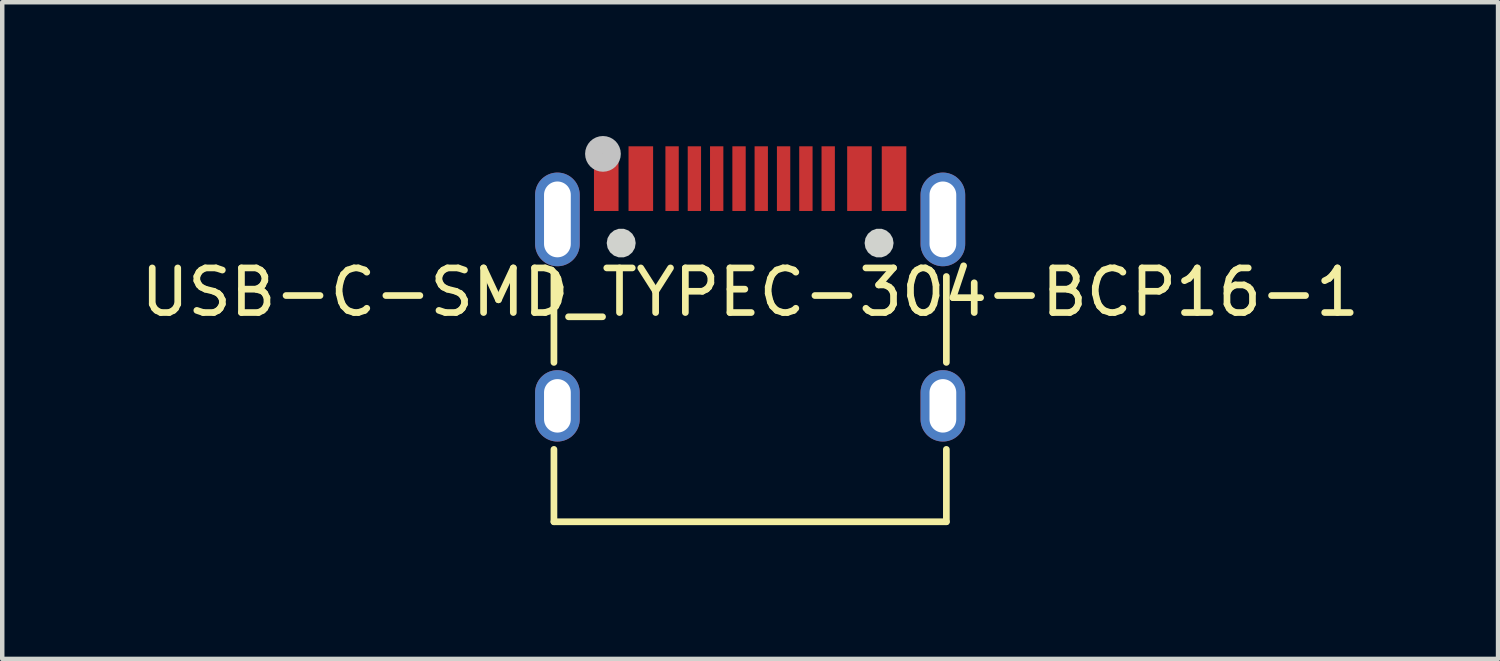
<source format=kicad_pcb>
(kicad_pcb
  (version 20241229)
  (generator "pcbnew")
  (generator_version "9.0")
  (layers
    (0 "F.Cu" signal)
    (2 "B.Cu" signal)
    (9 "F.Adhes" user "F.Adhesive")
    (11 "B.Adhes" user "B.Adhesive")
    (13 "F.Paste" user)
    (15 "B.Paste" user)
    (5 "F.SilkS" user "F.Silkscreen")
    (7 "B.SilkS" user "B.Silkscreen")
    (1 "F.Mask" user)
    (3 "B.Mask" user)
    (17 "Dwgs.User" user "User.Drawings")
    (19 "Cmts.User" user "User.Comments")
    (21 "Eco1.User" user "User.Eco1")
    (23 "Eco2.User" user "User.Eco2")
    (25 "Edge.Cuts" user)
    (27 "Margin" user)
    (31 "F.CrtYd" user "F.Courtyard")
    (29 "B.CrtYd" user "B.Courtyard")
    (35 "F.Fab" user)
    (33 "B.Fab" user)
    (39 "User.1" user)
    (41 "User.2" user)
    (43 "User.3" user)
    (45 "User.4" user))
  (footprint "USB-C-SMD_TYPEC-304-BCP16-1"
    (layer "F.Cu")
    (at 13.768 3.502)
    (property "Reference" "USB-C-SMD_TYPEC-304-BCP16-1" (at 0 0 0) (layer "F.SilkS") (effects (font (size 1 1) (thickness 0.15))))
    (fp_line (start -4.399 -0.409) (end -4.399 1.573) (stroke (width 0.15) (type default)) (layer "F.SilkS"))
    (fp_line (start -4.399 3.523) (end -4.399 5.146) (stroke (width 0.15) (type default)) (layer "F.SilkS"))
    (fp_line (start -4.399 5.146) (end 4.399 5.146) (stroke (width 0.15) (type default)) (layer "F.SilkS"))
    (fp_line (start 4.399 1.573) (end 4.399 -0.353) (stroke (width 0.15) (type default)) (layer "F.SilkS"))
    (fp_line (start 4.399 5.146) (end 4.399 3.523) (stroke (width 0.15) (type default)) (layer "F.SilkS"))
    (fp_poly (pts (xy -3.526 -3.272) (xy -2.926 -3.272) (xy -2.926 -1.821) (xy -3.526 -1.821)) (stroke (width 0) (type default)) (fill yes) (layer "F.Paste"))
    (fp_poly (pts (xy -2.751 -3.272) (xy -2.149 -3.272) (xy -2.149 -1.821) (xy -2.751 -1.821)) (stroke (width 0) (type default)) (fill yes) (layer "F.Paste"))
    (fp_poly (pts (xy -1.9 -3.272) (xy -1.6 -3.272) (xy -1.6 -1.821) (xy -1.9 -1.821)) (stroke (width 0) (type default)) (fill yes) (layer "F.Paste"))
    (fp_poly (pts (xy -1.399 -3.272) (xy -1.1 -3.272) (xy -1.1 -1.821) (xy -1.399 -1.821)) (stroke (width 0) (type default)) (fill yes) (layer "F.Paste"))
    (fp_poly (pts (xy -0.899 -3.272) (xy -0.6 -3.272) (xy -0.6 -1.821) (xy -0.899 -1.821)) (stroke (width 0) (type default)) (fill yes) (layer "F.Paste"))
    (fp_poly (pts (xy -0.399 -3.272) (xy -0.099 -3.272) (xy -0.099 -1.821) (xy -0.399 -1.821)) (stroke (width 0) (type default)) (fill yes) (layer "F.Paste"))
    (fp_poly (pts (xy 0.099 -3.272) (xy 0.399 -3.272) (xy 0.399 -1.821) (xy 0.099 -1.821)) (stroke (width 0) (type default)) (fill yes) (layer "F.Paste"))
    (fp_poly (pts (xy 0.6 -3.272) (xy 0.899 -3.272) (xy 0.899 -1.821) (xy 0.6 -1.821)) (stroke (width 0) (type default)) (fill yes) (layer "F.Paste"))
    (fp_poly (pts (xy 1.1 -3.272) (xy 1.399 -3.272) (xy 1.399 -1.821) (xy 1.1 -1.821)) (stroke (width 0) (type default)) (fill yes) (layer "F.Paste"))
    (fp_poly (pts (xy 1.6 -3.272) (xy 1.9 -3.272) (xy 1.9 -1.821) (xy 1.6 -1.821)) (stroke (width 0) (type default)) (fill yes) (layer "F.Paste"))
    (fp_poly (pts (xy 2.149 -3.272) (xy 2.751 -3.272) (xy 2.751 -1.821) (xy 2.149 -1.821)) (stroke (width 0) (type default)) (fill yes) (layer "F.Paste"))
    (fp_poly (pts (xy 2.926 -3.272) (xy 3.526 -3.272) (xy 3.526 -1.821) (xy 2.926 -1.821)) (stroke (width 0) (type default)) (fill yes) (layer "F.Paste"))
    (fp_poly (pts (arc (start -4.821 -2.182) (mid -4.3205 -2.6825) (end -3.82 -2.182)) (arc (start -3.82 -1.082) (mid -4.3205 -0.5815) (end -4.821 -1.082))) (stroke (width 0) (type default)) (fill yes) (layer "F.Paste"))
    (fp_poly (pts (arc (start -4.821 2.248) (mid -4.3205 1.7475) (end -3.82 2.248)) (arc (start -3.82 2.8475) (mid -4.3205 3.348) (end -4.821 2.8475))) (stroke (width 0) (type default)) (fill yes) (layer "F.Paste"))
    (fp_poly (pts (arc (start 3.82 -2.182) (mid 4.3205 -2.6825) (end 4.821 -2.182)) (arc (start 4.821 -1.082) (mid 4.3205 -0.5815) (end 3.82 -1.082))) (stroke (width 0) (type default)) (fill yes) (layer "F.Paste"))
    (fp_poly (pts (arc (start 3.82 2.248) (mid 4.3205 1.7475) (end 4.821 2.248)) (arc (start 4.821 2.8475) (mid 4.3205 3.348) (end 3.82 2.8475))) (stroke (width 0) (type default)) (fill yes) (layer "F.Paste"))
    (fp_circle (center -3.3 -3.102) (end -3.099 -3.102) (stroke (width 0.399) (type default)) (fill no) (layer "Dwgs.User"))
    (fp_poly (pts (xy -2.566 -1.103) (xy -2.585 -1.214) (xy -2.642 -1.311) (xy -2.728 -1.384) (xy -2.834 -1.423) (xy -2.947 -1.423) (xy -3.053 -1.384) (xy -3.139 -1.311) (xy -3.196 -1.214) (xy -3.216 -1.103) (xy -3.196 -0.991) (xy -3.139 -0.894) (xy -3.053 -0.821) (xy -2.947 -0.782) (xy -2.834 -0.782) (xy -2.728 -0.821) (xy -2.642 -0.894) (xy -2.585 -0.991)) (stroke (width 0) (type default)) (fill yes) (layer "Edge.Cuts"))
    (fp_poly (pts (xy 3.216 -1.103) (xy 3.196 -1.214) (xy 3.139 -1.311) (xy 3.053 -1.384) (xy 2.947 -1.423) (xy 2.834 -1.423) (xy 2.728 -1.384) (xy 2.642 -1.311) (xy 2.585 -1.214) (xy 2.566 -1.103) (xy 2.585 -0.991) (xy 2.642 -0.894) (xy 2.728 -0.821) (xy 2.834 -0.782) (xy 2.947 -0.782) (xy 3.053 -0.821) (xy 3.139 -0.894) (xy 3.196 -0.991)) (stroke (width 0) (type default)) (fill yes) (layer "Edge.Cuts"))
    (fp_poly (pts (xy -4.471 -2.156) (xy -4.17 -2.156) (xy -4.17 -1.107) (xy -4.471 -1.107)) (stroke (width 0.1) (type default)) (fill no) (layer "User.1"))
    (fp_poly (pts (xy -4.471 2.147) (xy -4.17 2.147) (xy -4.17 2.946) (xy -4.471 2.946)) (stroke (width 0.1) (type default)) (fill no) (layer "User.1"))
    (fp_poly (pts (xy -3.424 -2.753) (xy -3.025 -2.753) (xy -3.025 -1.854) (xy -3.424 -1.854)) (stroke (width 0.1) (type default)) (fill no) (layer "User.1"))
    (fp_poly (pts (xy -2.649 -2.753) (xy -2.251 -2.753) (xy -2.251 -1.854) (xy -2.649 -1.854)) (stroke (width 0.1) (type default)) (fill no) (layer "User.1"))
    (fp_poly (pts (xy -1.849 -2.753) (xy -1.651 -2.753) (xy -1.651 -1.854) (xy -1.849 -1.854)) (stroke (width 0.1) (type default)) (fill no) (layer "User.1"))
    (fp_poly (pts (xy -1.349 -2.753) (xy -1.151 -2.753) (xy -1.151 -1.854) (xy -1.349 -1.854)) (stroke (width 0.1) (type default)) (fill no) (layer "User.1"))
    (fp_poly (pts (xy -0.851 -2.753) (xy -0.65 -2.753) (xy -0.65 -1.854) (xy -0.851 -1.854)) (stroke (width 0.1) (type default)) (fill no) (layer "User.1"))
    (fp_poly (pts (xy -0.35 -2.753) (xy -0.15 -2.753) (xy -0.15 -1.854) (xy -0.35 -1.854)) (stroke (width 0.1) (type default)) (fill no) (layer "User.1"))
    (fp_poly (pts (xy 0.15 -2.753) (xy 0.35 -2.753) (xy 0.35 -1.854) (xy 0.15 -1.854)) (stroke (width 0.1) (type default)) (fill no) (layer "User.1"))
    (fp_poly (pts (xy 0.65 -2.753) (xy 0.851 -2.753) (xy 0.851 -1.854) (xy 0.65 -1.854)) (stroke (width 0.1) (type default)) (fill no) (layer "User.1"))
    (fp_poly (pts (xy 1.151 -2.753) (xy 1.349 -2.753) (xy 1.349 -1.854) (xy 1.151 -1.854)) (stroke (width 0.1) (type default)) (fill no) (layer "User.1"))
    (fp_poly (pts (xy 1.651 -2.753) (xy 1.849 -2.753) (xy 1.849 -1.854) (xy 1.651 -1.854)) (stroke (width 0.1) (type default)) (fill no) (layer "User.1"))
    (fp_poly (pts (xy 2.251 -2.753) (xy 2.649 -2.753) (xy 2.649 -1.854) (xy 2.251 -1.854)) (stroke (width 0.1) (type default)) (fill no) (layer "User.1"))
    (fp_poly (pts (xy 3.025 -2.753) (xy 3.424 -2.753) (xy 3.424 -1.854) (xy 3.025 -1.854)) (stroke (width 0.1) (type default)) (fill no) (layer "User.1"))
    (fp_poly (pts (xy 4.17 -2.156) (xy 4.471 -2.156) (xy 4.471 -1.107) (xy 4.17 -1.107)) (stroke (width 0.1) (type default)) (fill no) (layer "User.1"))
    (fp_poly (pts (xy 4.17 2.147) (xy 4.471 2.147) (xy 4.471 2.946) (xy 4.17 2.946)) (stroke (width 0.1) (type default)) (fill no) (layer "User.1"))
    (fp_line (start -4.45 -2.154) (end 4.45 -2.154) (stroke (width 0.051) (type default)) (layer "User.2"))
    (fp_line (start -4.45 5.146) (end -4.45 -2.154) (stroke (width 0.051) (type default)) (layer "User.2"))
    (fp_line (start 4.45 -2.154) (end 4.45 5.146) (stroke (width 0.051) (type default)) (layer "User.2"))
    (fp_line (start 4.45 5.146) (end -4.45 5.146) (stroke (width 0.051) (type default)) (layer "User.2"))
    (fp_poly (pts (xy -4.41 -2.753) (xy -4.427 -2.797) (xy -4.471 -2.814) (xy -4.514 -2.797) (xy -4.532 -2.753) (xy -4.514 -2.71) (xy -4.471 -2.692) (xy -4.427 -2.71)) (stroke (width 0.1) (type default)) (fill no) (layer "User.3"))
    (pad "12" thru_hole oval (at -4.321 -1.633) (size 1.001 2.1) (drill oval 0.6 1.7) (layers "*.Cu" "*.Mask"))
    (pad "13" thru_hole oval (at 4.321 -1.633) (size 1.001 2.1) (drill oval 0.6 1.7) (layers "*.Cu" "*.Mask"))
    (pad "14" thru_hole oval (at -4.321 2.547) (size 1.001 1.6) (drill oval 0.6 1.199) (layers "*.Cu" "*.Mask"))
    (pad "15" thru_hole oval (at 4.321 2.547) (size 1.001 1.6) (drill oval 0.6 1.199) (layers "*.Cu" "*.Mask"))
    (pad "A1B12" smd rect (at -3.226 -2.547) (size 0.551 1.45) (layers "F.Cu" "F.Mask" "F.Paste"))
    (pad "A4B9" smd rect (at -2.451 -2.547) (size 0.551 1.45) (layers "F.Cu" "F.Mask" "F.Paste"))
    (pad "A5" smd rect (at -1.25 -2.547) (size 0.299 1.45) (layers "F.Cu" "F.Mask" "F.Paste"))
    (pad "A6" smd rect (at -0.249 -2.547) (size 0.299 1.45) (layers "F.Cu" "F.Mask" "F.Paste"))
    (pad "A7" smd rect (at 0.249 -2.547) (size 0.299 1.45) (layers "F.Cu" "F.Mask" "F.Paste"))
    (pad "A8" smd rect (at 1.25 -2.547) (size 0.299 1.45) (layers "F.Cu" "F.Mask" "F.Paste"))
    (pad "B1A12" smd rect (at 3.226 -2.547) (size 0.551 1.45) (layers "F.Cu" "F.Mask" "F.Paste"))
    (pad "B4A9" smd rect (at 2.451 -2.547) (size 0.551 1.45) (layers "F.Cu" "F.Mask" "F.Paste"))
    (pad "B5" smd rect (at 1.75 -2.547) (size 0.299 1.45) (layers "F.Cu" "F.Mask" "F.Paste"))
    (pad "B6" smd rect (at 0.75 -2.547) (size 0.299 1.45) (layers "F.Cu" "F.Mask" "F.Paste"))
    (pad "B7" smd rect (at -0.75 -2.547) (size 0.299 1.45) (layers "F.Cu" "F.Mask" "F.Paste"))
    (pad "B8" smd rect (at -1.75 -2.547) (size 0.299 1.45) (layers "F.Cu" "F.Mask" "F.Paste")))
  (gr_rect
    (start -3 -3)
    (end 30.536 11.723)
    (stroke (width 0.1) (type default))
    (fill no)
    (layer "Edge.Cuts")))
</source>
